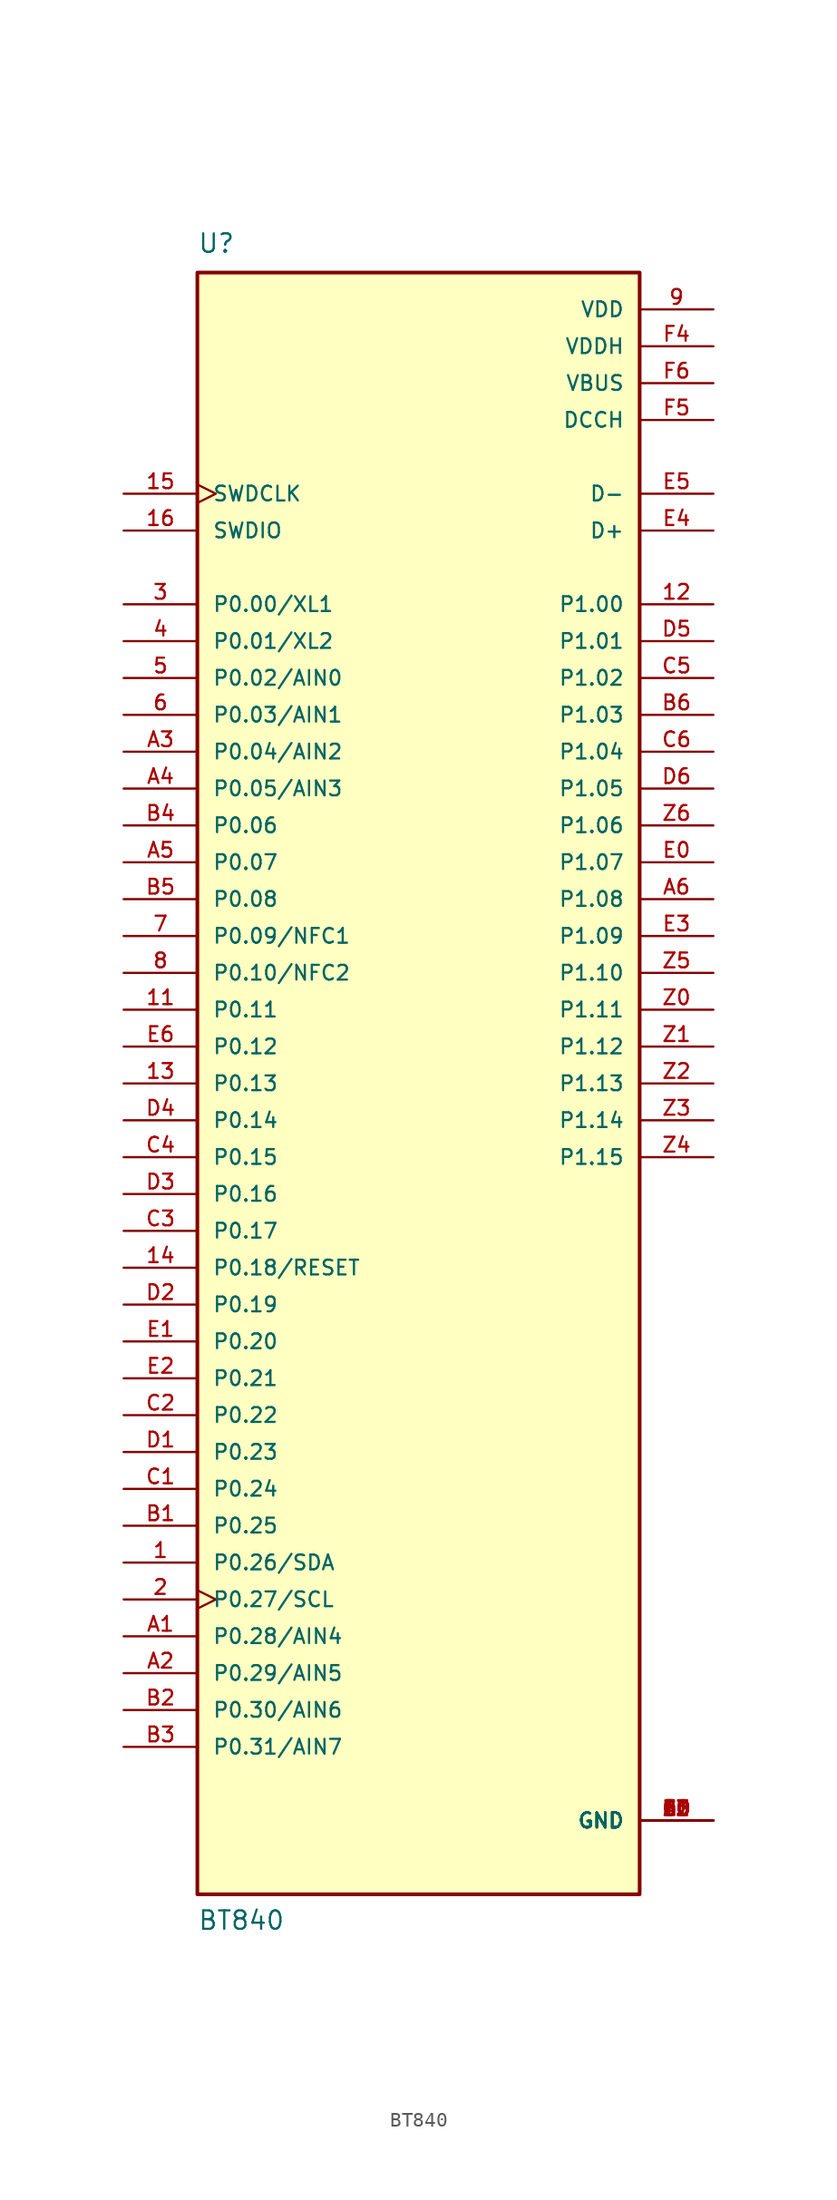
<source format=kicad_sym>
(kicad_symbol_lib
  (version 20211014)
  (generator kicad_symbol_editor)
  (symbol "BT840"
    (pin_names
      (offset 1.016))
    (property "Reference" "U"
      (at -15.24 57.15 0)
      (effects (font (size 1.27 1.27)) (justify left bottom)))
    (property "Value" "BT840"
      (at -15.24 -58.42 0)
      (effects (font (size 1.27 1.27)) (justify left bottom)))
    (symbol "BT840_0_0"
      (rectangle (start -15.24 -55.88) (end 15.24 55.88) (stroke (width 0.254) (type default) (color 0 0 0 0)) (fill (type background)))
      (pin bidirectional line (at -20.32 -33.02 0) (length 5.08) (name "P0.26/SDA" (effects (font (size 1.016 1.016)))) (number "1" (effects (font (size 1.016 1.016)))))
      (pin power_in line (at 20.32 -50.8 180) (length 5.08) (name "GND" (effects (font (size 1.016 1.016)))) (number "10" (effects (font (size 1.016 1.016)))))
      (pin bidirectional line (at -20.32 5.08 0) (length 5.08) (name "P0.11" (effects (font (size 1.016 1.016)))) (number "11" (effects (font (size 1.016 1.016)))))
      (pin bidirectional line (at 20.32 33.02 180) (length 5.08) (name "P1.00" (effects (font (size 1.016 1.016)))) (number "12" (effects (font (size 1.016 1.016)))))
      (pin bidirectional line (at -20.32 0 0) (length 5.08) (name "P0.13" (effects (font (size 1.016 1.016)))) (number "13" (effects (font (size 1.016 1.016)))))
      (pin bidirectional line (at -20.32 -12.7 0) (length 5.08) (name "P0.18/RESET" (effects (font (size 1.016 1.016)))) (number "14" (effects (font (size 1.016 1.016)))))
      (pin input clock (at -20.32 40.64 0) (length 5.08) (name "SWDCLK" (effects (font (size 1.016 1.016)))) (number "15" (effects (font (size 1.016 1.016)))))
      (pin bidirectional line (at -20.32 38.1 0) (length 5.08) (name "SWDIO" (effects (font (size 1.016 1.016)))) (number "16" (effects (font (size 1.016 1.016)))))
      (pin bidirectional clock (at -20.32 -35.56 0) (length 5.08) (name "P0.27/SCL" (effects (font (size 1.016 1.016)))) (number "2" (effects (font (size 1.016 1.016)))))
      (pin bidirectional line (at -20.32 33.02 0) (length 5.08) (name "P0.00/XL1" (effects (font (size 1.016 1.016)))) (number "3" (effects (font (size 1.016 1.016)))))
      (pin bidirectional line (at -20.32 30.48 0) (length 5.08) (name "P0.01/XL2" (effects (font (size 1.016 1.016)))) (number "4" (effects (font (size 1.016 1.016)))))
      (pin bidirectional line (at -20.32 27.94 0) (length 5.08) (name "P0.02/AIN0" (effects (font (size 1.016 1.016)))) (number "5" (effects (font (size 1.016 1.016)))))
      (pin bidirectional line (at -20.32 25.4 0) (length 5.08) (name "P0.03/AIN1" (effects (font (size 1.016 1.016)))) (number "6" (effects (font (size 1.016 1.016)))))
      (pin bidirectional line (at -20.32 10.16 0) (length 5.08) (name "P0.09/NFC1" (effects (font (size 1.016 1.016)))) (number "7" (effects (font (size 1.016 1.016)))))
      (pin bidirectional line (at -20.32 7.62 0) (length 5.08) (name "P0.10/NFC2" (effects (font (size 1.016 1.016)))) (number "8" (effects (font (size 1.016 1.016)))))
      (pin power_in line (at 20.32 53.34 180) (length 5.08) (name "VDD" (effects (font (size 1.016 1.016)))) (number "9" (effects (font (size 1.016 1.016)))))
      (pin power_in line (at 20.32 -50.8 180) (length 5.08) (name "GND" (effects (font (size 1.016 1.016)))) (number "A0" (effects (font (size 1.016 1.016)))))
      (pin bidirectional line (at -20.32 -38.1 0) (length 5.08) (name "P0.28/AIN4" (effects (font (size 1.016 1.016)))) (number "A1" (effects (font (size 1.016 1.016)))))
      (pin bidirectional line (at -20.32 -40.64 0) (length 5.08) (name "P0.29/AIN5" (effects (font (size 1.016 1.016)))) (number "A2" (effects (font (size 1.016 1.016)))))
      (pin bidirectional line (at -20.32 22.86 0) (length 5.08) (name "P0.04/AIN2" (effects (font (size 1.016 1.016)))) (number "A3" (effects (font (size 1.016 1.016)))))
      (pin bidirectional line (at -20.32 20.32 0) (length 5.08) (name "P0.05/AIN3" (effects (font (size 1.016 1.016)))) (number "A4" (effects (font (size 1.016 1.016)))))
      (pin bidirectional line (at -20.32 15.24 0) (length 5.08) (name "P0.07" (effects (font (size 1.016 1.016)))) (number "A5" (effects (font (size 1.016 1.016)))))
      (pin bidirectional line (at 20.32 12.7 180) (length 5.08) (name "P1.08" (effects (font (size 1.016 1.016)))) (number "A6" (effects (font (size 1.016 1.016)))))
      (pin power_in line (at 20.32 -50.8 180) (length 5.08) (name "GND" (effects (font (size 1.016 1.016)))) (number "B0" (effects (font (size 1.016 1.016)))))
      (pin bidirectional line (at -20.32 -30.48 0) (length 5.08) (name "P0.25" (effects (font (size 1.016 1.016)))) (number "B1" (effects (font (size 1.016 1.016)))))
      (pin bidirectional line (at -20.32 -43.18 0) (length 5.08) (name "P0.30/AIN6" (effects (font (size 1.016 1.016)))) (number "B2" (effects (font (size 1.016 1.016)))))
      (pin bidirectional line (at -20.32 -45.72 0) (length 5.08) (name "P0.31/AIN7" (effects (font (size 1.016 1.016)))) (number "B3" (effects (font (size 1.016 1.016)))))
      (pin bidirectional line (at -20.32 17.78 0) (length 5.08) (name "P0.06" (effects (font (size 1.016 1.016)))) (number "B4" (effects (font (size 1.016 1.016)))))
      (pin bidirectional line (at -20.32 12.7 0) (length 5.08) (name "P0.08" (effects (font (size 1.016 1.016)))) (number "B5" (effects (font (size 1.016 1.016)))))
      (pin bidirectional line (at 20.32 25.4 180) (length 5.08) (name "P1.03" (effects (font (size 1.016 1.016)))) (number "B6" (effects (font (size 1.016 1.016)))))
      (pin power_in line (at 20.32 -50.8 180) (length 5.08) (name "GND" (effects (font (size 1.016 1.016)))) (number "C0" (effects (font (size 1.016 1.016)))))
      (pin bidirectional line (at -20.32 -27.94 0) (length 5.08) (name "P0.24" (effects (font (size 1.016 1.016)))) (number "C1" (effects (font (size 1.016 1.016)))))
      (pin bidirectional line (at -20.32 -22.86 0) (length 5.08) (name "P0.22" (effects (font (size 1.016 1.016)))) (number "C2" (effects (font (size 1.016 1.016)))))
      (pin bidirectional line (at -20.32 -10.16 0) (length 5.08) (name "P0.17" (effects (font (size 1.016 1.016)))) (number "C3" (effects (font (size 1.016 1.016)))))
      (pin bidirectional line (at -20.32 -5.08 0) (length 5.08) (name "P0.15" (effects (font (size 1.016 1.016)))) (number "C4" (effects (font (size 1.016 1.016)))))
      (pin bidirectional line (at 20.32 27.94 180) (length 5.08) (name "P1.02" (effects (font (size 1.016 1.016)))) (number "C5" (effects (font (size 1.016 1.016)))))
      (pin bidirectional line (at 20.32 22.86 180) (length 5.08) (name "P1.04" (effects (font (size 1.016 1.016)))) (number "C6" (effects (font (size 1.016 1.016)))))
      (pin power_in line (at 20.32 -50.8 180) (length 5.08) (name "GND" (effects (font (size 1.016 1.016)))) (number "D0" (effects (font (size 1.016 1.016)))))
      (pin bidirectional line (at -20.32 -25.4 0) (length 5.08) (name "P0.23" (effects (font (size 1.016 1.016)))) (number "D1" (effects (font (size 1.016 1.016)))))
      (pin bidirectional line (at -20.32 -15.24 0) (length 5.08) (name "P0.19" (effects (font (size 1.016 1.016)))) (number "D2" (effects (font (size 1.016 1.016)))))
      (pin bidirectional line (at -20.32 -7.62 0) (length 5.08) (name "P0.16" (effects (font (size 1.016 1.016)))) (number "D3" (effects (font (size 1.016 1.016)))))
      (pin bidirectional line (at -20.32 -2.54 0) (length 5.08) (name "P0.14" (effects (font (size 1.016 1.016)))) (number "D4" (effects (font (size 1.016 1.016)))))
      (pin bidirectional line (at 20.32 30.48 180) (length 5.08) (name "P1.01" (effects (font (size 1.016 1.016)))) (number "D5" (effects (font (size 1.016 1.016)))))
      (pin bidirectional line (at 20.32 20.32 180) (length 5.08) (name "P1.05" (effects (font (size 1.016 1.016)))) (number "D6" (effects (font (size 1.016 1.016)))))
      (pin bidirectional line (at 20.32 15.24 180) (length 5.08) (name "P1.07" (effects (font (size 1.016 1.016)))) (number "E0" (effects (font (size 1.016 1.016)))))
      (pin bidirectional line (at -20.32 -17.78 0) (length 5.08) (name "P0.20" (effects (font (size 1.016 1.016)))) (number "E1" (effects (font (size 1.016 1.016)))))
      (pin bidirectional line (at -20.32 -20.32 0) (length 5.08) (name "P0.21" (effects (font (size 1.016 1.016)))) (number "E2" (effects (font (size 1.016 1.016)))))
      (pin bidirectional line (at 20.32 10.16 180) (length 5.08) (name "P1.09" (effects (font (size 1.016 1.016)))) (number "E3" (effects (font (size 1.016 1.016)))))
      (pin bidirectional line (at 20.32 38.1 180) (length 5.08) (name "D+" (effects (font (size 1.016 1.016)))) (number "E4" (effects (font (size 1.016 1.016)))))
      (pin bidirectional line (at 20.32 40.64 180) (length 5.08) (name "D-" (effects (font (size 1.016 1.016)))) (number "E5" (effects (font (size 1.016 1.016)))))
      (pin bidirectional line (at -20.32 2.54 0) (length 5.08) (name "P0.12" (effects (font (size 1.016 1.016)))) (number "E6" (effects (font (size 1.016 1.016)))))
      (pin power_in line (at 20.32 -50.8 180) (length 5.08) (name "GND" (effects (font (size 1.016 1.016)))) (number "F0" (effects (font (size 1.016 1.016)))))
      (pin power_in line (at 20.32 -50.8 180) (length 5.08) (name "GND" (effects (font (size 1.016 1.016)))) (number "F1" (effects (font (size 1.016 1.016)))))
      (pin power_in line (at 20.32 -50.8 180) (length 5.08) (name "GND" (effects (font (size 1.016 1.016)))) (number "F2" (effects (font (size 1.016 1.016)))))
      (pin power_in line (at 20.32 -50.8 180) (length 5.08) (name "GND" (effects (font (size 1.016 1.016)))) (number "F3" (effects (font (size 1.016 1.016)))))
      (pin power_in line (at 20.32 50.8 180) (length 5.08) (name "VDDH" (effects (font (size 1.016 1.016)))) (number "F4" (effects (font (size 1.016 1.016)))))
      (pin power_in line (at 20.32 45.72 180) (length 5.08) (name "DCCH" (effects (font (size 1.016 1.016)))) (number "F5" (effects (font (size 1.016 1.016)))))
      (pin power_in line (at 20.32 48.26 180) (length 5.08) (name "VBUS" (effects (font (size 1.016 1.016)))) (number "F6" (effects (font (size 1.016 1.016)))))
      (pin bidirectional line (at 20.32 5.08 180) (length 5.08) (name "P1.11" (effects (font (size 1.016 1.016)))) (number "Z0" (effects (font (size 1.016 1.016)))))
      (pin bidirectional line (at 20.32 2.54 180) (length 5.08) (name "P1.12" (effects (font (size 1.016 1.016)))) (number "Z1" (effects (font (size 1.016 1.016)))))
      (pin bidirectional line (at 20.32 0 180) (length 5.08) (name "P1.13" (effects (font (size 1.016 1.016)))) (number "Z2" (effects (font (size 1.016 1.016)))))
      (pin bidirectional line (at 20.32 -2.54 180) (length 5.08) (name "P1.14" (effects (font (size 1.016 1.016)))) (number "Z3" (effects (font (size 1.016 1.016)))))
      (pin bidirectional line (at 20.32 -5.08 180) (length 5.08) (name "P1.15" (effects (font (size 1.016 1.016)))) (number "Z4" (effects (font (size 1.016 1.016)))))
      (pin bidirectional line (at 20.32 7.62 180) (length 5.08) (name "P1.10" (effects (font (size 1.016 1.016)))) (number "Z5" (effects (font (size 1.016 1.016)))))
      (pin bidirectional line (at 20.32 17.78 180) (length 5.08) (name "P1.06" (effects (font (size 1.016 1.016)))) (number "Z6" (effects (font (size 1.016 1.016))))))))
</source>
